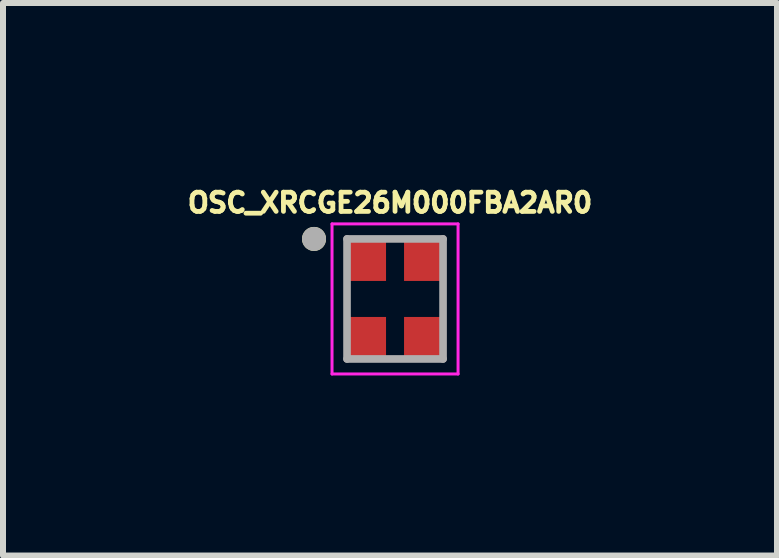
<source format=kicad_pcb>
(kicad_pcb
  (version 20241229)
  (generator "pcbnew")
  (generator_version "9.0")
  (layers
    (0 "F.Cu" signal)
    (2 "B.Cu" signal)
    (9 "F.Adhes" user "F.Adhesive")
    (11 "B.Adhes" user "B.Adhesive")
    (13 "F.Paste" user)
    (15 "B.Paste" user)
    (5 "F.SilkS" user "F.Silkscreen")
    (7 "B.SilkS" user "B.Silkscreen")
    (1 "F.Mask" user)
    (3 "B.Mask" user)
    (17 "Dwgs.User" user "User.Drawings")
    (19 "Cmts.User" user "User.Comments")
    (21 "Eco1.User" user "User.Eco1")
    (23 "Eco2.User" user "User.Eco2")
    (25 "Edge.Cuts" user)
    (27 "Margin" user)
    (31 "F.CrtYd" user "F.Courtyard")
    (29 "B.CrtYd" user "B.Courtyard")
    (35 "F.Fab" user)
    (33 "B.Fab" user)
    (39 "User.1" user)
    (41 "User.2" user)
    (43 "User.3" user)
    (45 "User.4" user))
  (footprint "OSC_XRCGE26M000FBA2AR0"
    (layer "F.Cu")
    (at 3.532 1.931)
    (property "Reference" "OSC_XRCGE26M000FBA2AR0" (at -0.084 -1.603 0) (layer "F.SilkS") (effects (font (size 0.32 0.32) (thickness 0.15))))
    (attr smd)
    (fp_circle (center -1.35 -1) (end -1.25 -1) (stroke (width 0.2) (type solid)) (fill no) (layer "F.SilkS"))
    (fp_line (start -1.05 -1.25) (end 1.05 -1.25) (stroke (width 0.05) (type solid)) (layer "F.CrtYd"))
    (fp_line (start -1.05 1.25) (end -1.05 -1.25) (stroke (width 0.05) (type solid)) (layer "F.CrtYd"))
    (fp_line (start 1.05 -1.25) (end 1.05 1.25) (stroke (width 0.05) (type solid)) (layer "F.CrtYd"))
    (fp_line (start 1.05 1.25) (end -1.05 1.25) (stroke (width 0.05) (type solid)) (layer "F.CrtYd"))
    (fp_line (start -0.8 -1) (end 0.8 -1) (stroke (width 0.127) (type solid)) (layer "F.Fab"))
    (fp_line (start -0.8 1) (end -0.8 -1) (stroke (width 0.127) (type solid)) (layer "F.Fab"))
    (fp_line (start 0.8 -1) (end 0.8 1) (stroke (width 0.127) (type solid)) (layer "F.Fab"))
    (fp_line (start 0.8 1) (end -0.8 1) (stroke (width 0.127) (type solid)) (layer "F.Fab"))
    (fp_circle (center -1.35 -1) (end -1.25 -1) (stroke (width 0.2) (type solid)) (fill no) (layer "F.Fab"))
    (pad "1" smd rect (at -0.5 -0.675) (size 0.7 0.75) (layers "F.Cu" "F.Mask" "F.Paste"))
    (pad "2" smd rect (at -0.5 0.675) (size 0.7 0.75) (layers "F.Cu" "F.Mask" "F.Paste"))
    (pad "3" smd rect (at 0.5 0.675) (size 0.7 0.75) (layers "F.Cu" "F.Mask" "F.Paste"))
    (pad "4" smd rect (at 0.5 -0.675) (size 0.7 0.75) (layers "F.Cu" "F.Mask" "F.Paste")))
  (gr_rect
    (start -3 -3)
    (end 9.896 6.206)
    (stroke (width 0.1) (type default))
    (fill no)
    (layer "Edge.Cuts")))
</source>
